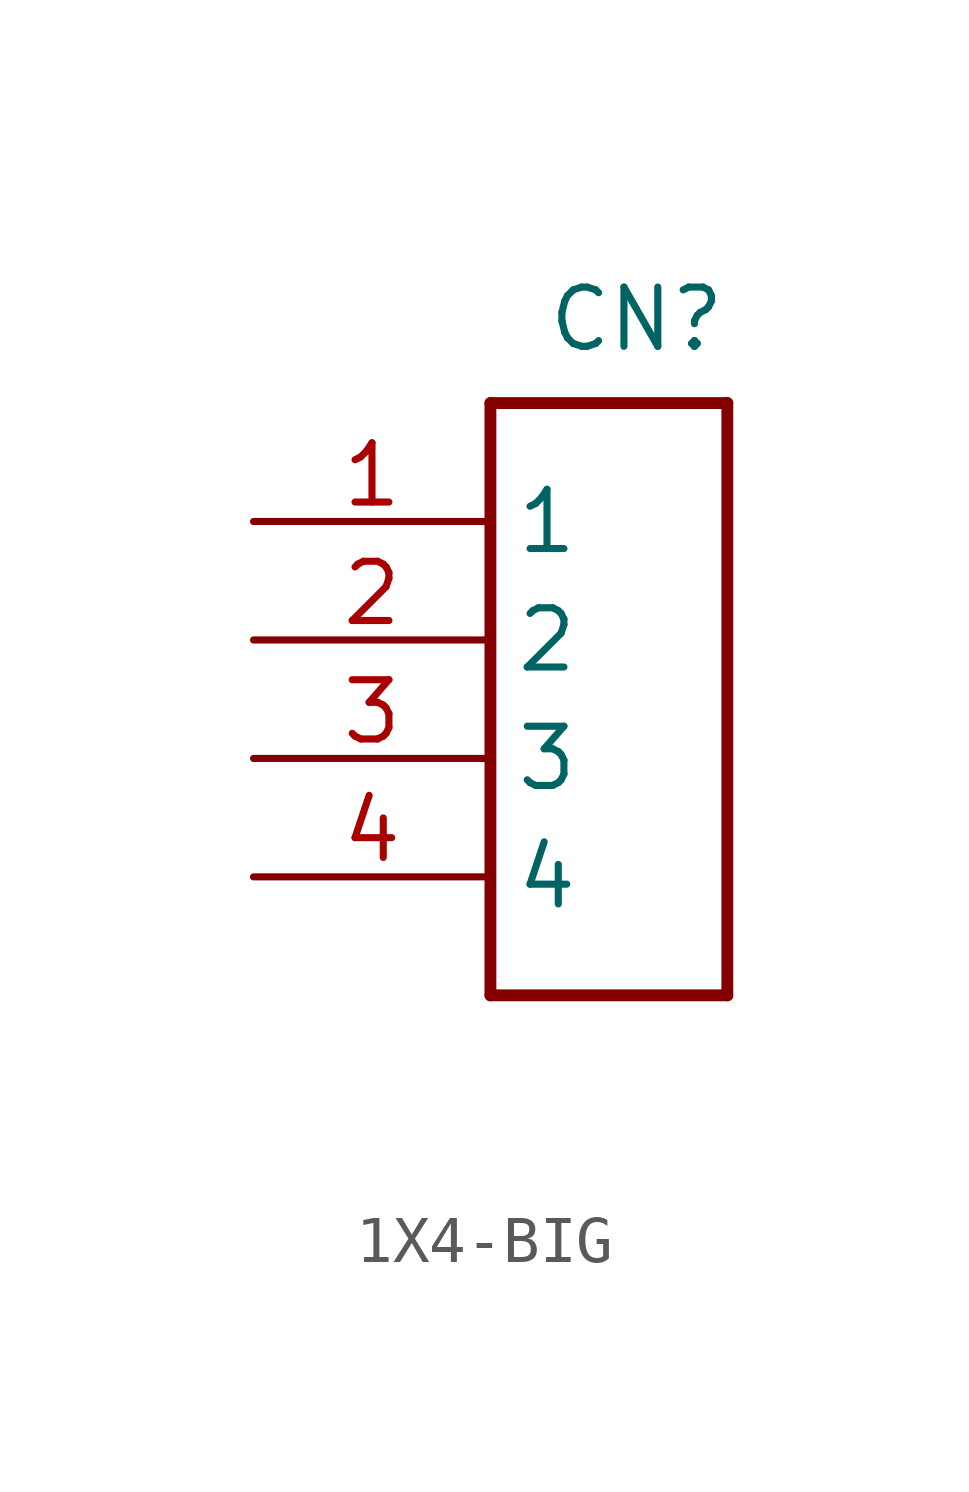
<source format=kicad_sym>
(kicad_symbol_lib
  (version 20220914)
  (generator kicad_symbol_editor)
  (symbol "1X4-BIG"
    (property "Reference" "CN"
      (at 5.08 7.62 0)
      (effects (font (size 1.27 1.27)) (justify right top)))
    (property "Value" ""
      (at 0 -10.16 0)
      (effects (font (size 1.27 1.27)) (justify left bottom)))
    (property "ki_locked" ""
      (at 0 0 0)
      (effects (font (size 1.27 1.27))))
    (symbol "1X4-BIG_1_0"
      (polyline (pts (xy 0 -7.62) (xy 0 5.08)) (stroke (width 0.254) (type solid)) (fill (type none)))
      (polyline (pts (xy 0 5.08) (xy 5.08 5.08)) (stroke (width 0.254) (type solid)) (fill (type none)))
      (polyline (pts (xy 5.08 -7.62) (xy 0 -7.62)) (stroke (width 0.254) (type solid)) (fill (type none)))
      (polyline (pts (xy 5.08 5.08) (xy 5.08 -7.62)) (stroke (width 0.254) (type solid)) (fill (type none)))
      (pin bidirectional line (at -5.08 2.54 0) (length 5.08) (name "1" (effects (font (size 1.27 1.27)))) (number "1" (effects (font (size 1.27 1.27)))))
      (pin bidirectional line (at -5.08 0 0) (length 5.08) (name "2" (effects (font (size 1.27 1.27)))) (number "2" (effects (font (size 1.27 1.27)))))
      (pin bidirectional line (at -5.08 -2.54 0) (length 5.08) (name "3" (effects (font (size 1.27 1.27)))) (number "3" (effects (font (size 1.27 1.27)))))
      (pin bidirectional line (at -5.08 -5.08 0) (length 5.08) (name "4" (effects (font (size 1.27 1.27)))) (number "4" (effects (font (size 1.27 1.27))))))))
</source>
